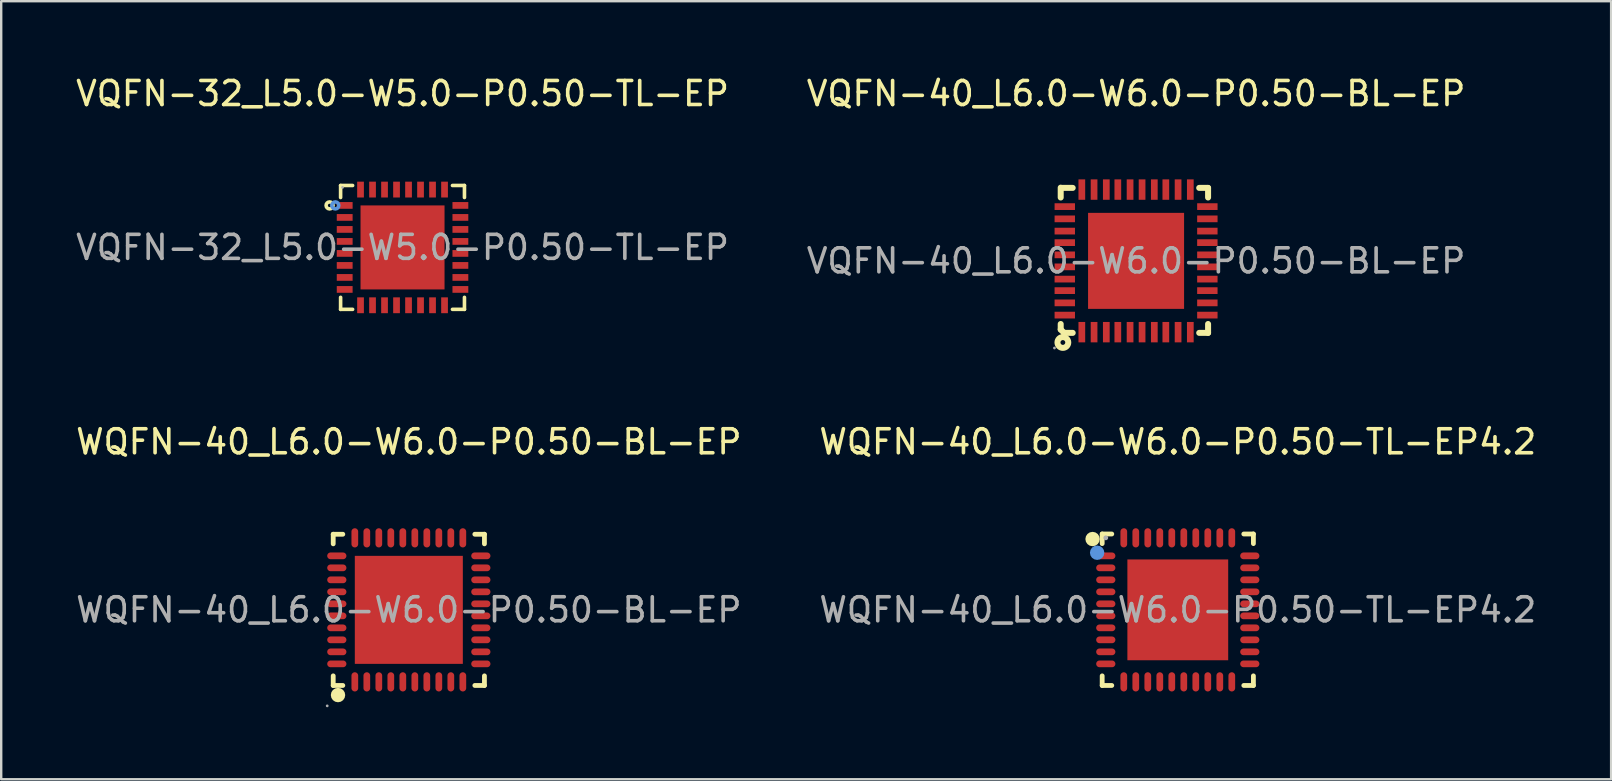
<source format=kicad_pcb>
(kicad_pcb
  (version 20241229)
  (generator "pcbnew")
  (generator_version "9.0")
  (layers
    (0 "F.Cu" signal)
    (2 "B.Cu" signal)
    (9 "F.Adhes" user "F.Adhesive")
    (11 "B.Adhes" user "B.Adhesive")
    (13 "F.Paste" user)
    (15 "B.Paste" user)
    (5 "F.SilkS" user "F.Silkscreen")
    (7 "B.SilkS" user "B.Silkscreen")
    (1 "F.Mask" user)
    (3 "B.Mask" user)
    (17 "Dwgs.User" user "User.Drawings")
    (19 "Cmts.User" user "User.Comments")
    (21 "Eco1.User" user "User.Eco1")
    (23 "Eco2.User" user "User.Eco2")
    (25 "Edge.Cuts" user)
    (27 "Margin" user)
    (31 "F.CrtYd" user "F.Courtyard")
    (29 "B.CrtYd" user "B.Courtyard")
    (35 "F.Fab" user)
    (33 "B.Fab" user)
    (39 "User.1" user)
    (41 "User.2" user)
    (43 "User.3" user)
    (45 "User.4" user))
  (footprint "VQFN-40_L6.0-W6.0-P0.50-BL-EP"
    (layer "F.Cu")
    (at 44.28 7.818)
    (property "Reference" "VQFN-40_L6.0-W6.0-P0.50-BL-EP" (at 0 -6.97 0) (layer "F.SilkS") (effects (font (size 1 1) (thickness 0.15))))
    (attr through_hole)
    (fp_line (start -3.14 -3.05) (end -3.14 -2.64) (stroke (width 0.25) (type solid)) (layer "F.SilkS"))
    (fp_line (start -3.14 2.63) (end -3.14 2.86) (stroke (width 0.25) (type solid)) (layer "F.SilkS"))
    (fp_line (start -3.14 2.86) (end -3 3) (stroke (width 0.25) (type solid)) (layer "F.SilkS"))
    (fp_line (start -3.08 -3.04) (end -2.64 -3.04) (stroke (width 0.25) (type solid)) (layer "F.SilkS"))
    (fp_line (start -3 3) (end -2.64 3) (stroke (width 0.25) (type solid)) (layer "F.SilkS"))
    (fp_line (start 2.63 -3.04) (end 3 -3.04) (stroke (width 0.25) (type solid)) (layer "F.SilkS"))
    (fp_line (start 2.63 3) (end 3 3) (stroke (width 0.25) (type solid)) (layer "F.SilkS"))
    (fp_line (start 3 -2.64) (end 3 -3.04) (stroke (width 0.25) (type solid)) (layer "F.SilkS"))
    (fp_line (start 3 3) (end 3 2.63) (stroke (width 0.25) (type solid)) (layer "F.SilkS"))
    (fp_circle (center -3.05 3.4) (end -2.95 3.4) (stroke (width 0.25) (type solid)) (fill no) (layer "F.SilkS"))
    (fp_circle (center -3.4 3.63) (end -3.37 3.63) (stroke (width 0.06) (type solid)) (fill no) (layer "F.Fab"))
    (fp_text user "${REFERENCE}" (at 0 0 0) (layer "F.Fab") (effects (font (size 1 1) (thickness 0.15))))
    (pad "1" smd rect (at -2.26 2.97 90) (size 0.85 0.28) (layers "F.Cu" "F.Mask" "F.Paste"))
    (pad "2" smd rect (at -1.75 2.97 90) (size 0.85 0.28) (layers "F.Cu" "F.Mask" "F.Paste"))
    (pad "3" smd rect (at -1.24 2.97 90) (size 0.85 0.28) (layers "F.Cu" "F.Mask" "F.Paste"))
    (pad "4" smd rect (at -0.76 2.97 90) (size 0.85 0.28) (layers "F.Cu" "F.Mask" "F.Paste"))
    (pad "5" smd rect (at -0.25 2.97 90) (size 0.85 0.28) (layers "F.Cu" "F.Mask" "F.Paste"))
    (pad "6" smd rect (at 0.25 2.97 90) (size 0.85 0.28) (layers "F.Cu" "F.Mask" "F.Paste"))
    (pad "7" smd rect (at 0.76 2.97 90) (size 0.85 0.28) (layers "F.Cu" "F.Mask" "F.Paste"))
    (pad "8" smd rect (at 1.24 2.97 90) (size 0.85 0.28) (layers "F.Cu" "F.Mask" "F.Paste"))
    (pad "9" smd rect (at 1.75 2.97 90) (size 0.85 0.28) (layers "F.Cu" "F.Mask" "F.Paste"))
    (pad "10" smd rect (at 2.26 2.97 90) (size 0.85 0.28) (layers "F.Cu" "F.Mask" "F.Paste"))
    (pad "11" smd rect (at 2.97 2.26 180) (size 0.85 0.28) (layers "F.Cu" "F.Mask" "F.Paste"))
    (pad "12" smd rect (at 2.97 1.75 180) (size 0.85 0.28) (layers "F.Cu" "F.Mask" "F.Paste"))
    (pad "13" smd rect (at 2.97 1.24 180) (size 0.85 0.28) (layers "F.Cu" "F.Mask" "F.Paste"))
    (pad "14" smd rect (at 2.97 0.76 180) (size 0.85 0.28) (layers "F.Cu" "F.Mask" "F.Paste"))
    (pad "15" smd rect (at 2.97 0.25 180) (size 0.85 0.28) (layers "F.Cu" "F.Mask" "F.Paste"))
    (pad "16" smd rect (at 2.97 -0.25 180) (size 0.85 0.28) (layers "F.Cu" "F.Mask" "F.Paste"))
    (pad "17" smd rect (at 2.97 -0.76 180) (size 0.85 0.28) (layers "F.Cu" "F.Mask" "F.Paste"))
    (pad "18" smd rect (at 2.97 -1.24 180) (size 0.85 0.28) (layers "F.Cu" "F.Mask" "F.Paste"))
    (pad "19" smd rect (at 2.97 -1.75 180) (size 0.85 0.28) (layers "F.Cu" "F.Mask" "F.Paste"))
    (pad "20" smd rect (at 2.97 -2.26 180) (size 0.85 0.28) (layers "F.Cu" "F.Mask" "F.Paste"))
    (pad "21" smd rect (at 2.26 -2.97 270) (size 0.85 0.28) (layers "F.Cu" "F.Mask" "F.Paste"))
    (pad "22" smd rect (at 1.75 -2.97 270) (size 0.85 0.28) (layers "F.Cu" "F.Mask" "F.Paste"))
    (pad "23" smd rect (at 1.24 -2.97 270) (size 0.85 0.28) (layers "F.Cu" "F.Mask" "F.Paste"))
    (pad "24" smd rect (at 0.76 -2.97 270) (size 0.85 0.28) (layers "F.Cu" "F.Mask" "F.Paste"))
    (pad "25" smd rect (at 0.25 -2.97 270) (size 0.85 0.28) (layers "F.Cu" "F.Mask" "F.Paste"))
    (pad "26" smd rect (at -0.25 -2.97 270) (size 0.85 0.28) (layers "F.Cu" "F.Mask" "F.Paste"))
    (pad "27" smd rect (at -0.76 -2.97 270) (size 0.85 0.28) (layers "F.Cu" "F.Mask" "F.Paste"))
    (pad "28" smd rect (at -1.24 -2.97 270) (size 0.85 0.28) (layers "F.Cu" "F.Mask" "F.Paste"))
    (pad "29" smd rect (at -1.75 -2.97 270) (size 0.85 0.28) (layers "F.Cu" "F.Mask" "F.Paste"))
    (pad "30" smd rect (at -2.26 -2.97 270) (size 0.85 0.28) (layers "F.Cu" "F.Mask" "F.Paste"))
    (pad "31" smd rect (at -2.97 -2.26) (size 0.85 0.28) (layers "F.Cu" "F.Mask" "F.Paste"))
    (pad "32" smd rect (at -2.97 -1.75) (size 0.85 0.28) (layers "F.Cu" "F.Mask" "F.Paste"))
    (pad "33" smd rect (at -2.97 -1.24) (size 0.85 0.28) (layers "F.Cu" "F.Mask" "F.Paste"))
    (pad "34" smd rect (at -2.97 -0.76) (size 0.85 0.28) (layers "F.Cu" "F.Mask" "F.Paste"))
    (pad "35" smd rect (at -2.97 -0.25) (size 0.85 0.28) (layers "F.Cu" "F.Mask" "F.Paste"))
    (pad "36" smd rect (at -2.97 0.25) (size 0.85 0.28) (layers "F.Cu" "F.Mask" "F.Paste"))
    (pad "37" smd rect (at -2.97 0.76) (size 0.85 0.28) (layers "F.Cu" "F.Mask" "F.Paste"))
    (pad "38" smd rect (at -2.97 1.24) (size 0.85 0.28) (layers "F.Cu" "F.Mask" "F.Paste"))
    (pad "39" smd rect (at -2.97 1.75) (size 0.85 0.28) (layers "F.Cu" "F.Mask" "F.Paste"))
    (pad "40" smd rect (at -2.97 2.26) (size 0.85 0.28) (layers "F.Cu" "F.Mask" "F.Paste"))
    (pad "41" smd rect (at 0 0 90) (size 4 4) (layers "F.Cu" "F.Mask" "F.Paste")))
  (footprint "WQFN-40_L6.0-W6.0-P0.50-BL-EP"
    (layer "F.Cu")
    (at 13.982 22.357)
    (property "Reference" "WQFN-40_L6.0-W6.0-P0.50-BL-EP" (at 0 -7 0) (layer "F.SilkS") (effects (font (size 1 1) (thickness 0.15))))
    (attr through_hole)
    (fp_line (start -3.15 -3.15) (end -2.75 -3.15) (stroke (width 0.2) (type solid)) (layer "F.SilkS"))
    (fp_line (start -3.15 -2.75) (end -3.15 -3.15) (stroke (width 0.2) (type solid)) (layer "F.SilkS"))
    (fp_line (start -3.15 3.15) (end -3.15 2.75) (stroke (width 0.2) (type solid)) (layer "F.SilkS"))
    (fp_line (start -2.75 3.15) (end -3.15 3.15) (stroke (width 0.2) (type solid)) (layer "F.SilkS"))
    (fp_line (start 3.15 -3.15) (end 2.75 -3.15) (stroke (width 0.2) (type solid)) (layer "F.SilkS"))
    (fp_line (start 3.15 -2.75) (end 3.15 -3.15) (stroke (width 0.2) (type solid)) (layer "F.SilkS"))
    (fp_line (start 3.15 2.75) (end 3.15 3.15) (stroke (width 0.2) (type solid)) (layer "F.SilkS"))
    (fp_line (start 3.15 3.15) (end 2.75 3.15) (stroke (width 0.2) (type solid)) (layer "F.SilkS"))
    (fp_arc (start -2.95 3.55) (mid -2.95 3.55) (end -2.95 3.55) (stroke (width 0.3) (type solid)) (layer "F.SilkS"))
    (fp_circle (center -3.4 4) (end -3.37 4) (stroke (width 0.06) (type solid)) (fill no) (layer "F.Fab"))
    (fp_text user "${REFERENCE}" (at 0 0 0) (layer "F.Fab") (effects (font (size 1 1) (thickness 0.15))))
    (pad "1" smd oval (at -2.25 3 180) (size 0.28 0.8) (layers "F.Cu" "F.Mask" "F.Paste"))
    (pad "2" smd oval (at -1.75 3 180) (size 0.28 0.8) (layers "F.Cu" "F.Mask" "F.Paste"))
    (pad "3" smd oval (at -1.25 3 180) (size 0.28 0.8) (layers "F.Cu" "F.Mask" "F.Paste"))
    (pad "4" smd oval (at -0.75 3 180) (size 0.28 0.8) (layers "F.Cu" "F.Mask" "F.Paste"))
    (pad "5" smd oval (at -0.25 3 180) (size 0.28 0.8) (layers "F.Cu" "F.Mask" "F.Paste"))
    (pad "6" smd oval (at 0.25 3 180) (size 0.28 0.8) (layers "F.Cu" "F.Mask" "F.Paste"))
    (pad "7" smd oval (at 0.75 3 180) (size 0.28 0.8) (layers "F.Cu" "F.Mask" "F.Paste"))
    (pad "8" smd oval (at 1.25 3 180) (size 0.28 0.8) (layers "F.Cu" "F.Mask" "F.Paste"))
    (pad "9" smd oval (at 1.75 3 180) (size 0.28 0.8) (layers "F.Cu" "F.Mask" "F.Paste"))
    (pad "10" smd oval (at 2.25 3 180) (size 0.28 0.8) (layers "F.Cu" "F.Mask" "F.Paste"))
    (pad "11" smd oval (at 3 2.25 90) (size 0.28 0.8) (layers "F.Cu" "F.Mask" "F.Paste"))
    (pad "12" smd oval (at 3 1.75 90) (size 0.28 0.8) (layers "F.Cu" "F.Mask" "F.Paste"))
    (pad "13" smd oval (at 3 1.25 90) (size 0.28 0.8) (layers "F.Cu" "F.Mask" "F.Paste"))
    (pad "14" smd oval (at 3 0.75 90) (size 0.28 0.8) (layers "F.Cu" "F.Mask" "F.Paste"))
    (pad "15" smd oval (at 3 0.25 90) (size 0.28 0.8) (layers "F.Cu" "F.Mask" "F.Paste"))
    (pad "16" smd oval (at 3 -0.25 90) (size 0.28 0.8) (layers "F.Cu" "F.Mask" "F.Paste"))
    (pad "17" smd oval (at 3 -0.75 90) (size 0.28 0.8) (layers "F.Cu" "F.Mask" "F.Paste"))
    (pad "18" smd oval (at 3 -1.25 90) (size 0.28 0.8) (layers "F.Cu" "F.Mask" "F.Paste"))
    (pad "19" smd oval (at 3 -1.75 90) (size 0.28 0.8) (layers "F.Cu" "F.Mask" "F.Paste"))
    (pad "20" smd oval (at 3 -2.25 90) (size 0.28 0.8) (layers "F.Cu" "F.Mask" "F.Paste"))
    (pad "21" smd oval (at 2.25 -3 180) (size 0.28 0.8) (layers "F.Cu" "F.Mask" "F.Paste"))
    (pad "22" smd oval (at 1.75 -3 180) (size 0.28 0.8) (layers "F.Cu" "F.Mask" "F.Paste"))
    (pad "23" smd oval (at 1.25 -3 180) (size 0.28 0.8) (layers "F.Cu" "F.Mask" "F.Paste"))
    (pad "24" smd oval (at 0.75 -3 180) (size 0.28 0.8) (layers "F.Cu" "F.Mask" "F.Paste"))
    (pad "25" smd oval (at 0.25 -3 180) (size 0.28 0.8) (layers "F.Cu" "F.Mask" "F.Paste"))
    (pad "26" smd oval (at -0.25 -3 180) (size 0.28 0.8) (layers "F.Cu" "F.Mask" "F.Paste"))
    (pad "27" smd oval (at -0.75 -3 180) (size 0.28 0.8) (layers "F.Cu" "F.Mask" "F.Paste"))
    (pad "28" smd oval (at -1.25 -3 180) (size 0.28 0.8) (layers "F.Cu" "F.Mask" "F.Paste"))
    (pad "29" smd oval (at -1.75 -3 180) (size 0.28 0.8) (layers "F.Cu" "F.Mask" "F.Paste"))
    (pad "30" smd oval (at -2.25 -3 180) (size 0.28 0.8) (layers "F.Cu" "F.Mask" "F.Paste"))
    (pad "31" smd oval (at -3 -2.25 90) (size 0.28 0.8) (layers "F.Cu" "F.Mask" "F.Paste"))
    (pad "32" smd oval (at -3 -1.75 90) (size 0.28 0.8) (layers "F.Cu" "F.Mask" "F.Paste"))
    (pad "33" smd oval (at -3 -1.25 90) (size 0.28 0.8) (layers "F.Cu" "F.Mask" "F.Paste"))
    (pad "34" smd oval (at -3 -0.75 90) (size 0.28 0.8) (layers "F.Cu" "F.Mask" "F.Paste"))
    (pad "35" smd oval (at -3 -0.25 90) (size 0.28 0.8) (layers "F.Cu" "F.Mask" "F.Paste"))
    (pad "36" smd oval (at -3 0.25 90) (size 0.28 0.8) (layers "F.Cu" "F.Mask" "F.Paste"))
    (pad "37" smd oval (at -3 0.75 90) (size 0.28 0.8) (layers "F.Cu" "F.Mask" "F.Paste"))
    (pad "38" smd oval (at -3 1.25 90) (size 0.28 0.8) (layers "F.Cu" "F.Mask" "F.Paste"))
    (pad "39" smd oval (at -3 1.75 90) (size 0.28 0.8) (layers "F.Cu" "F.Mask" "F.Paste"))
    (pad "40" smd oval (at -3 2.25 90) (size 0.28 0.8) (layers "F.Cu" "F.Mask" "F.Paste"))
    (pad "41" smd rect (at 0 0 90) (size 4.5 4.5) (layers "F.Cu" "F.Mask" "F.Paste")))
  (footprint "WQFN-40_L6.0-W6.0-P0.50-TL-EP4.2"
    (layer "F.Cu")
    (at 46.018 22.357)
    (property "Reference" "WQFN-40_L6.0-W6.0-P0.50-TL-EP4.2" (at 0 -7 0) (layer "F.SilkS") (effects (font (size 1 1) (thickness 0.15))))
    (attr through_hole)
    (fp_line (start -3.15 -3.16) (end -2.75 -3.16) (stroke (width 0.2) (type solid)) (layer "F.SilkS"))
    (fp_line (start -3.15 -2.76) (end -3.15 -3.16) (stroke (width 0.2) (type solid)) (layer "F.SilkS"))
    (fp_line (start -3.15 3.15) (end -3.15 2.75) (stroke (width 0.2) (type solid)) (layer "F.SilkS"))
    (fp_line (start -2.75 3.15) (end -3.15 3.15) (stroke (width 0.2) (type solid)) (layer "F.SilkS"))
    (fp_line (start 2.75 -3.16) (end 3.15 -3.16) (stroke (width 0.2) (type solid)) (layer "F.SilkS"))
    (fp_line (start 2.75 3.15) (end 3.15 3.15) (stroke (width 0.2) (type solid)) (layer "F.SilkS"))
    (fp_line (start 3.15 -3.16) (end 3.15 -2.76) (stroke (width 0.2) (type solid)) (layer "F.SilkS"))
    (fp_line (start 3.15 3.15) (end 3.15 2.75) (stroke (width 0.2) (type solid)) (layer "F.SilkS"))
    (fp_arc (start -3.55 -2.95) (mid -3.55 -2.95) (end -3.55 -2.95) (stroke (width 0.3) (type solid)) (layer "F.SilkS"))
    (fp_circle (center -3.36 -2.38) (end -3.21 -2.38) (stroke (width 0.3) (type solid)) (fill no) (layer "Cmts.User"))
    (fp_circle (center -3 -3) (end -2.95 -3) (stroke (width 0.1) (type solid)) (fill no) (layer "F.Fab"))
    (fp_text user "${REFERENCE}" (at 0 0 0) (layer "F.Fab") (effects (font (size 1 1) (thickness 0.15))))
    (pad "1" smd oval (at -3 -2.25 90) (size 0.28 0.8) (layers "F.Cu" "F.Mask" "F.Paste"))
    (pad "2" smd oval (at -3 -1.75 90) (size 0.28 0.8) (layers "F.Cu" "F.Mask" "F.Paste"))
    (pad "3" smd oval (at -3 -1.25 90) (size 0.28 0.8) (layers "F.Cu" "F.Mask" "F.Paste"))
    (pad "4" smd oval (at -3 -0.75 90) (size 0.28 0.8) (layers "F.Cu" "F.Mask" "F.Paste"))
    (pad "5" smd oval (at -3 -0.25 90) (size 0.28 0.8) (layers "F.Cu" "F.Mask" "F.Paste"))
    (pad "6" smd oval (at -3 0.25 90) (size 0.28 0.8) (layers "F.Cu" "F.Mask" "F.Paste"))
    (pad "7" smd oval (at -3 0.75 90) (size 0.28 0.8) (layers "F.Cu" "F.Mask" "F.Paste"))
    (pad "8" smd oval (at -3 1.25 90) (size 0.28 0.8) (layers "F.Cu" "F.Mask" "F.Paste"))
    (pad "9" smd oval (at -3 1.75 90) (size 0.28 0.8) (layers "F.Cu" "F.Mask" "F.Paste"))
    (pad "10" smd oval (at -3 2.25 90) (size 0.28 0.8) (layers "F.Cu" "F.Mask" "F.Paste"))
    (pad "11" smd oval (at -2.25 3) (size 0.28 0.8) (layers "F.Cu" "F.Mask" "F.Paste"))
    (pad "12" smd oval (at -1.75 3) (size 0.28 0.8) (layers "F.Cu" "F.Mask" "F.Paste"))
    (pad "13" smd oval (at -1.25 3) (size 0.28 0.8) (layers "F.Cu" "F.Mask" "F.Paste"))
    (pad "14" smd oval (at -0.75 3) (size 0.28 0.8) (layers "F.Cu" "F.Mask" "F.Paste"))
    (pad "15" smd oval (at -0.25 3) (size 0.28 0.8) (layers "F.Cu" "F.Mask" "F.Paste"))
    (pad "16" smd oval (at 0.25 3) (size 0.28 0.8) (layers "F.Cu" "F.Mask" "F.Paste"))
    (pad "17" smd oval (at 0.75 3) (size 0.28 0.8) (layers "F.Cu" "F.Mask" "F.Paste"))
    (pad "18" smd oval (at 1.25 3) (size 0.28 0.8) (layers "F.Cu" "F.Mask" "F.Paste"))
    (pad "19" smd oval (at 1.75 3) (size 0.28 0.8) (layers "F.Cu" "F.Mask" "F.Paste"))
    (pad "20" smd oval (at 2.25 3) (size 0.28 0.8) (layers "F.Cu" "F.Mask" "F.Paste"))
    (pad "21" smd oval (at 3 2.25 90) (size 0.28 0.8) (layers "F.Cu" "F.Mask" "F.Paste"))
    (pad "22" smd oval (at 3 1.75 90) (size 0.28 0.8) (layers "F.Cu" "F.Mask" "F.Paste"))
    (pad "23" smd oval (at 3 1.25 90) (size 0.28 0.8) (layers "F.Cu" "F.Mask" "F.Paste"))
    (pad "24" smd oval (at 3 0.75 90) (size 0.28 0.8) (layers "F.Cu" "F.Mask" "F.Paste"))
    (pad "25" smd oval (at 3 0.25 90) (size 0.28 0.8) (layers "F.Cu" "F.Mask" "F.Paste"))
    (pad "26" smd oval (at 3 -0.25 90) (size 0.28 0.8) (layers "F.Cu" "F.Mask" "F.Paste"))
    (pad "27" smd oval (at 3 -0.75 90) (size 0.28 0.8) (layers "F.Cu" "F.Mask" "F.Paste"))
    (pad "28" smd oval (at 3 -1.25 90) (size 0.28 0.8) (layers "F.Cu" "F.Mask" "F.Paste"))
    (pad "29" smd oval (at 3 -1.75 90) (size 0.28 0.8) (layers "F.Cu" "F.Mask" "F.Paste"))
    (pad "30" smd oval (at 3 -2.25 90) (size 0.28 0.8) (layers "F.Cu" "F.Mask" "F.Paste"))
    (pad "31" smd oval (at 2.25 -3) (size 0.28 0.8) (layers "F.Cu" "F.Mask" "F.Paste"))
    (pad "32" smd oval (at 1.75 -3) (size 0.28 0.8) (layers "F.Cu" "F.Mask" "F.Paste"))
    (pad "33" smd oval (at 1.25 -3) (size 0.28 0.8) (layers "F.Cu" "F.Mask" "F.Paste"))
    (pad "34" smd oval (at 0.75 -3) (size 0.28 0.8) (layers "F.Cu" "F.Mask" "F.Paste"))
    (pad "35" smd oval (at 0.25 -3) (size 0.28 0.8) (layers "F.Cu" "F.Mask" "F.Paste"))
    (pad "36" smd oval (at -0.25 -3) (size 0.28 0.8) (layers "F.Cu" "F.Mask" "F.Paste"))
    (pad "37" smd oval (at -0.75 -3) (size 0.28 0.8) (layers "F.Cu" "F.Mask" "F.Paste"))
    (pad "38" smd oval (at -1.25 -3) (size 0.28 0.8) (layers "F.Cu" "F.Mask" "F.Paste"))
    (pad "39" smd oval (at -1.75 -3) (size 0.28 0.8) (layers "F.Cu" "F.Mask" "F.Paste"))
    (pad "40" smd oval (at -2.25 -3) (size 0.28 0.8) (layers "F.Cu" "F.Mask" "F.Paste"))
    (pad "41" smd rect (at 0 0) (size 4.2 4.2) (layers "F.Cu" "F.Mask" "F.Paste")))
  (footprint "VQFN-32_L5.0-W5.0-P0.50-TL-EP"
    (layer "F.Cu")
    (at 13.72 7.258)
    (property "Reference" "VQFN-32_L5.0-W5.0-P0.50-TL-EP" (at 0 -6.41 0) (layer "F.SilkS") (effects (font (size 1 1) (thickness 0.15))))
    (attr through_hole)
    (fp_line (start -2.58 -2.58) (end -2.58 -2.08) (stroke (width 0.15) (type solid)) (layer "F.SilkS"))
    (fp_line (start -2.58 2.58) (end -2.58 2.08) (stroke (width 0.15) (type solid)) (layer "F.SilkS"))
    (fp_line (start -2.08 -2.58) (end -2.58 -2.58) (stroke (width 0.15) (type solid)) (layer "F.SilkS"))
    (fp_line (start -2.08 2.58) (end -2.58 2.58) (stroke (width 0.15) (type solid)) (layer "F.SilkS"))
    (fp_line (start 2.08 -2.58) (end 2.58 -2.58) (stroke (width 0.15) (type solid)) (layer "F.SilkS"))
    (fp_line (start 2.08 2.58) (end 2.58 2.58) (stroke (width 0.15) (type solid)) (layer "F.SilkS"))
    (fp_line (start 2.58 -2.58) (end 2.58 -2.08) (stroke (width 0.15) (type solid)) (layer "F.SilkS"))
    (fp_line (start 2.58 2.58) (end 2.58 2.08) (stroke (width 0.15) (type solid)) (layer "F.SilkS"))
    (fp_circle (center -3.04 -1.75) (end -2.97 -1.75) (stroke (width 0.15) (type solid)) (fill no) (layer "F.SilkS"))
    (fp_circle (center -2.8 -1.75) (end -2.73 -1.75) (stroke (width 0.15) (type solid)) (fill no) (layer "Cmts.User"))
    (fp_circle (center -2.5 -2.5) (end -2.47 -2.5) (stroke (width 0.06) (type solid)) (fill no) (layer "F.Fab"))
    (fp_text user "${REFERENCE}" (at 0 0 0) (layer "F.Fab") (effects (font (size 1 1) (thickness 0.15))))
    (pad "1" smd rect (at -2.41 -1.75) (size 0.66 0.28) (layers "F.Cu" "F.Mask" "F.Paste"))
    (pad "2" smd rect (at -2.41 -1.25) (size 0.66 0.28) (layers "F.Cu" "F.Mask" "F.Paste"))
    (pad "3" smd rect (at -2.41 -0.75) (size 0.66 0.28) (layers "F.Cu" "F.Mask" "F.Paste"))
    (pad "4" smd rect (at -2.41 -0.25) (size 0.66 0.28) (layers "F.Cu" "F.Mask" "F.Paste"))
    (pad "5" smd rect (at -2.41 0.25) (size 0.66 0.28) (layers "F.Cu" "F.Mask" "F.Paste"))
    (pad "6" smd rect (at -2.41 0.75) (size 0.66 0.28) (layers "F.Cu" "F.Mask" "F.Paste"))
    (pad "7" smd rect (at -2.41 1.25) (size 0.66 0.28) (layers "F.Cu" "F.Mask" "F.Paste"))
    (pad "8" smd rect (at -2.41 1.75) (size 0.66 0.28) (layers "F.Cu" "F.Mask" "F.Paste"))
    (pad "9" smd rect (at -1.75 2.41) (size 0.28 0.66) (layers "F.Cu" "F.Mask" "F.Paste"))
    (pad "10" smd rect (at -1.25 2.41) (size 0.28 0.66) (layers "F.Cu" "F.Mask" "F.Paste"))
    (pad "11" smd rect (at -0.75 2.41) (size 0.28 0.66) (layers "F.Cu" "F.Mask" "F.Paste"))
    (pad "12" smd rect (at -0.25 2.41) (size 0.28 0.66) (layers "F.Cu" "F.Mask" "F.Paste"))
    (pad "13" smd rect (at 0.25 2.41) (size 0.28 0.66) (layers "F.Cu" "F.Mask" "F.Paste"))
    (pad "14" smd rect (at 0.75 2.41) (size 0.28 0.66) (layers "F.Cu" "F.Mask" "F.Paste"))
    (pad "15" smd rect (at 1.25 2.41) (size 0.28 0.66) (layers "F.Cu" "F.Mask" "F.Paste"))
    (pad "16" smd rect (at 1.75 2.41) (size 0.28 0.66) (layers "F.Cu" "F.Mask" "F.Paste"))
    (pad "17" smd rect (at 2.41 1.75) (size 0.66 0.28) (layers "F.Cu" "F.Mask" "F.Paste"))
    (pad "18" smd rect (at 2.41 1.25) (size 0.66 0.28) (layers "F.Cu" "F.Mask" "F.Paste"))
    (pad "19" smd rect (at 2.41 0.75) (size 0.66 0.28) (layers "F.Cu" "F.Mask" "F.Paste"))
    (pad "20" smd rect (at 2.41 0.25) (size 0.66 0.28) (layers "F.Cu" "F.Mask" "F.Paste"))
    (pad "21" smd rect (at 2.41 -0.25) (size 0.66 0.28) (layers "F.Cu" "F.Mask" "F.Paste"))
    (pad "22" smd rect (at 2.41 -0.75) (size 0.66 0.28) (layers "F.Cu" "F.Mask" "F.Paste"))
    (pad "23" smd rect (at 2.41 -1.25) (size 0.66 0.28) (layers "F.Cu" "F.Mask" "F.Paste"))
    (pad "24" smd rect (at 2.41 -1.75) (size 0.66 0.28) (layers "F.Cu" "F.Mask" "F.Paste"))
    (pad "25" smd rect (at 1.75 -2.41) (size 0.28 0.66) (layers "F.Cu" "F.Mask" "F.Paste"))
    (pad "26" smd rect (at 1.25 -2.41) (size 0.28 0.66) (layers "F.Cu" "F.Mask" "F.Paste"))
    (pad "27" smd rect (at 0.75 -2.41) (size 0.28 0.66) (layers "F.Cu" "F.Mask" "F.Paste"))
    (pad "28" smd rect (at 0.25 -2.41) (size 0.28 0.66) (layers "F.Cu" "F.Mask" "F.Paste"))
    (pad "29" smd rect (at -0.25 -2.41) (size 0.28 0.66) (layers "F.Cu" "F.Mask" "F.Paste"))
    (pad "30" smd rect (at -0.75 -2.41) (size 0.28 0.66) (layers "F.Cu" "F.Mask" "F.Paste"))
    (pad "31" smd rect (at -1.25 -2.41) (size 0.28 0.66) (layers "F.Cu" "F.Mask" "F.Paste"))
    (pad "32" smd rect (at -1.75 -2.41) (size 0.28 0.66) (layers "F.Cu" "F.Mask" "F.Paste"))
    (pad "33" smd rect (at 0 0) (size 3.5 3.5) (layers "F.Cu" "F.Mask" "F.Paste")))
  (gr_rect
    (start -3 -3)
    (end 64.071 29.416)
    (stroke (width 0.1) (type default))
    (fill no)
    (layer "Edge.Cuts")))
</source>
